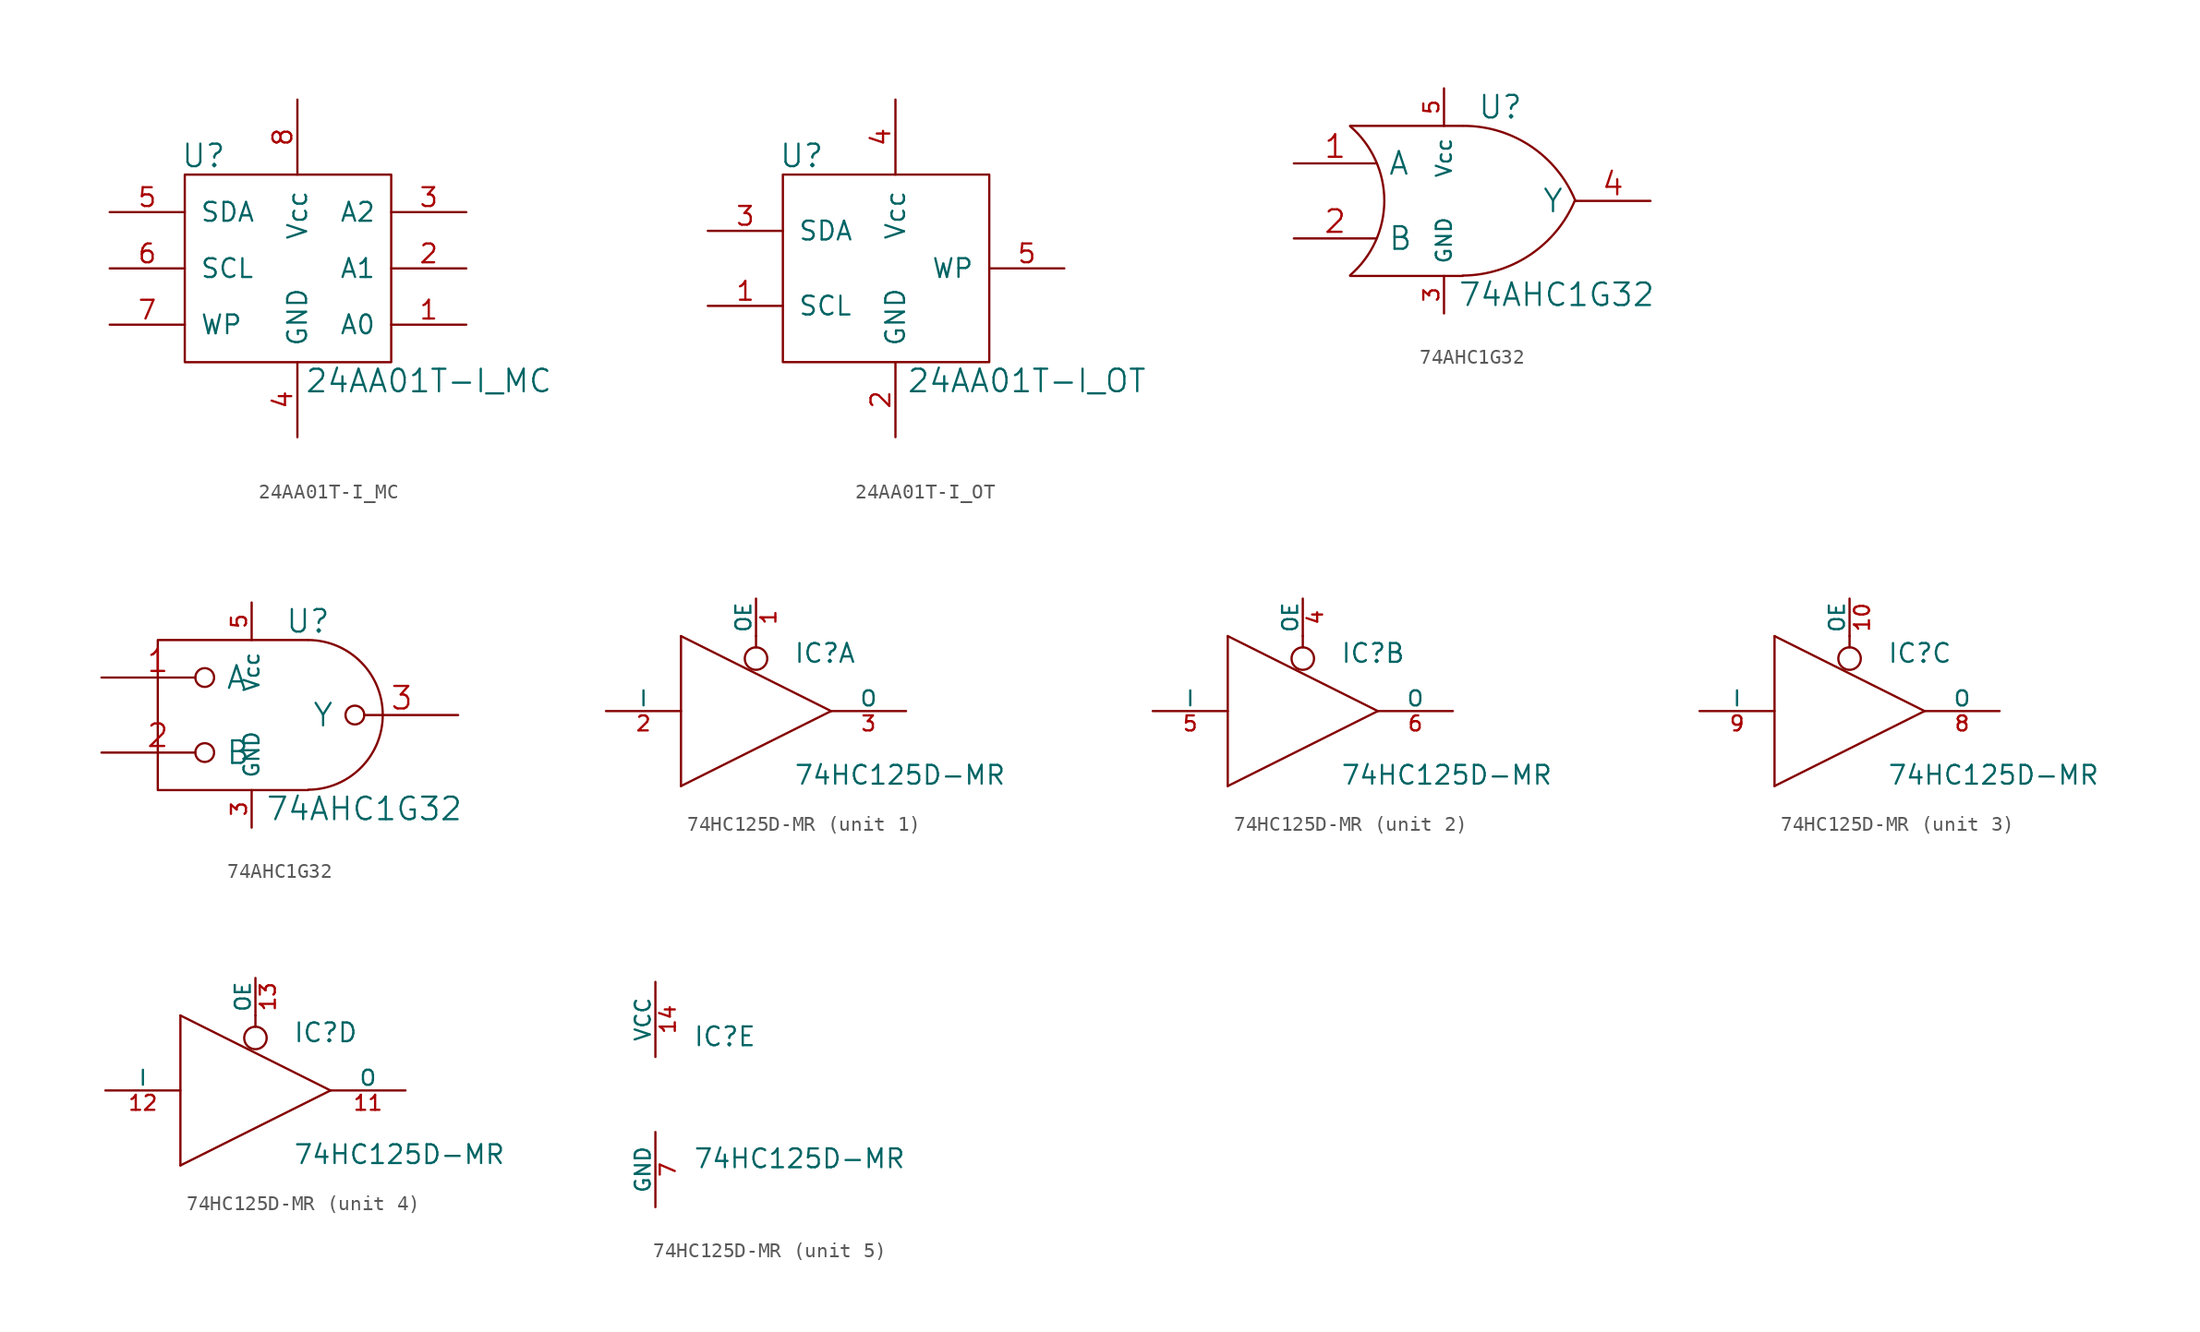
<source format=kicad_sym>
(kicad_symbol_lib
  (version 20211014)
  (generator kicad_symbol_editor)
  (symbol "24AA01T-I_MC"
    (pin_names
      (offset 1.016))
    (property "Reference" "U"
      (at -6.35 7.62 0)
      (effects (font (size 1.524 1.524))))
    (property "Value" "24AA01T-I_MC"
      (at 8.89 -7.62 0)
      (effects (font (size 1.524 1.524))))
    (property "Footprint" ""
      (at 0 0 0)
      (effects (font (size 1.524 1.524))))
    (property "Datasheet" ""
      (at 0 0 0)
      (effects (font (size 1.524 1.524))))
    (symbol "24AA01T-I_MC_0_1"
      (rectangle (start 6.35 6.35) (end -7.62 -6.35) (stroke (width 0) (type default) (color 0 0 0 0)) (fill (type none))))
    (symbol "24AA01T-I_MC_1_1"
      (pin input line (at 11.43 -3.81 180) (length 5.08) (name "A0" (effects (font (size 1.27 1.27)))) (number "1" (effects (font (size 1.27 1.27)))))
      (pin input line (at 11.43 0 180) (length 5.08) (name "A1" (effects (font (size 1.27 1.27)))) (number "2" (effects (font (size 1.27 1.27)))))
      (pin bidirectional line (at 11.43 3.81 180) (length 5.08) (name "A2" (effects (font (size 1.27 1.27)))) (number "3" (effects (font (size 1.27 1.27)))))
      (pin power_in line (at 0 -11.43 90) (length 5.08) (name "GND" (effects (font (size 1.27 1.27)))) (number "4" (effects (font (size 1.27 1.27)))))
      (pin bidirectional line (at -12.7 3.81 0) (length 5.08) (name "SDA" (effects (font (size 1.27 1.27)))) (number "5" (effects (font (size 1.27 1.27)))))
      (pin input line (at -12.7 0 0) (length 5.08) (name "SCL" (effects (font (size 1.27 1.27)))) (number "6" (effects (font (size 1.27 1.27)))))
      (pin input line (at -12.7 -3.81 0) (length 5.08) (name "WP" (effects (font (size 1.27 1.27)))) (number "7" (effects (font (size 1.27 1.27)))))
      (pin power_in line (at 0 11.43 270) (length 5.08) (name "Vcc" (effects (font (size 1.27 1.27)))) (number "8" (effects (font (size 1.27 1.27)))))))
  (symbol "24AA01T-I_OT"
    (pin_names
      (offset 1.016))
    (property "Reference" "U"
      (at -6.35 7.62 0)
      (effects (font (size 1.524 1.524))))
    (property "Value" "24AA01T-I_OT"
      (at 8.89 -7.62 0)
      (effects (font (size 1.524 1.524))))
    (property "Footprint" ""
      (at 0 0 0)
      (effects (font (size 1.524 1.524))))
    (property "Datasheet" ""
      (at 0 0 0)
      (effects (font (size 1.524 1.524))))
    (symbol "24AA01T-I_OT_0_1"
      (rectangle (start 6.35 6.35) (end -7.62 -6.35) (stroke (width 0) (type default) (color 0 0 0 0)) (fill (type none))))
    (symbol "24AA01T-I_OT_1_1"
      (pin input line (at -12.7 -2.54 0) (length 5.08) (name "SCL" (effects (font (size 1.27 1.27)))) (number "1" (effects (font (size 1.27 1.27)))))
      (pin power_in line (at 0 -11.43 90) (length 5.08) (name "GND" (effects (font (size 1.27 1.27)))) (number "2" (effects (font (size 1.27 1.27)))))
      (pin bidirectional line (at -12.7 2.54 0) (length 5.08) (name "SDA" (effects (font (size 1.27 1.27)))) (number "3" (effects (font (size 1.27 1.27)))))
      (pin power_in line (at 0 11.43 270) (length 5.08) (name "Vcc" (effects (font (size 1.27 1.27)))) (number "4" (effects (font (size 1.27 1.27)))))
      (pin input line (at 11.43 0 180) (length 5.08) (name "WP" (effects (font (size 1.27 1.27)))) (number "5" (effects (font (size 1.27 1.27)))))))
  (symbol "74AHC1G32"
    (pin_names
      (offset 0.762))
    (property "Reference" "U"
      (at 2.54 6.35 0)
      (effects (font (size 1.524 1.524))))
    (property "Value" "74AHC1G32"
      (at 6.35 -6.35 0)
      (effects (font (size 1.524 1.524))))
    (property "Footprint" ""
      (at 0 0 0)
      (effects (font (size 1.524 1.524))))
    (property "Datasheet" ""
      (at 0 0 0)
      (effects (font (size 1.524 1.524))))
    (symbol "74AHC1G32_0_0"
      (pin power_in line (at -1.27 -7.62 90) (length 2.54) (name "GND" (effects (font (size 1.016 1.016)))) (number "3" (effects (font (size 1.016 1.016))))))
    (symbol "74AHC1G32_0_1"
      (arc (start -7.62 -5.0292) (mid -5.3094 0.0127) (end -7.62 5.0546) (stroke (width 0) (type default) (color 0 0 0 0)) (fill (type none)))
      (arc (start 0 -5.0546) (mid 4.5649 -3.6437) (end 7.5946 0.0508) (stroke (width 0) (type default) (color 0 0 0 0)) (fill (type none)))
      (polyline (pts (xy -7.62 -5.08) (xy 0 -5.08)) (stroke (width 0) (type default) (color 0 0 0 0)) (fill (type none)))
      (polyline (pts (xy -7.62 5.08) (xy 0 5.08)) (stroke (width 0) (type default) (color 0 0 0 0)) (fill (type none)))
      (arc (start 7.62 0) (mid 4.6112 3.6959) (end 0.0508 5.08) (stroke (width 0) (type default) (color 0 0 0 0)) (fill (type none))))
    (symbol "74AHC1G32_0_2"
      (polyline (pts (xy 2.54 5.08) (xy -7.62 5.08) (xy -7.62 -5.08) (xy 2.54 -5.08)) (stroke (width 0) (type default) (color 0 0 0 0)) (fill (type none)))
      (arc (start 2.5654 -5.0546) (mid 7.5947 0.0127) (end 2.5654 5.08) (stroke (width 0) (type default) (color 0 0 0 0)) (fill (type none))))
    (symbol "74AHC1G32_1_0"
      (pin power_in line (at -1.27 7.62 270) (length 2.54) (name "Vcc" (effects (font (size 1.016 1.016)))) (number "5" (effects (font (size 1.016 1.016))))))
    (symbol "74AHC1G32_1_1"
      (pin input line (at -11.43 2.54 0) (length 5.588) (name "A" (effects (font (size 1.524 1.524)))) (number "1" (effects (font (size 1.524 1.524)))))
      (pin input line (at -11.43 -2.54 0) (length 5.588) (name "B" (effects (font (size 1.524 1.524)))) (number "2" (effects (font (size 1.524 1.524)))))
      (pin output line (at 12.7 0 180) (length 5.08) (name "Y" (effects (font (size 1.524 1.524)))) (number "4" (effects (font (size 1.524 1.524))))))
    (symbol "74AHC1G32_1_2"
      (pin input inverted (at -11.43 2.54 0) (length 7.62) (name "A" (effects (font (size 1.524 1.524)))) (number "1" (effects (font (size 1.524 1.524)))))
      (pin input inverted (at -11.43 -2.54 0) (length 7.62) (name "B" (effects (font (size 1.524 1.524)))) (number "2" (effects (font (size 1.524 1.524)))))
      (pin output inverted (at 12.7 0 180) (length 7.62) (name "Y" (effects (font (size 1.524 1.524)))) (number "3" (effects (font (size 1.524 1.524)))))))
  (symbol "74HC125D-MR"
    (pin_names
      (offset 0))
    (property "Reference" "IC"
      (at 2.54 3.175 0)
      (effects (font (size 1.27 1.27)) (justify left bottom)))
    (property "Value" "74HC125D-MR"
      (at 2.54 -5.08 0)
      (effects (font (size 1.27 1.27)) (justify left bottom)))
    (property "Datasheet" ""
      (at 0 0 0)
      (effects (font (size 1.524 1.524))))
    (property "ki_locked" ""
      (at 0 0 0)
      (effects (font (size 1.27 1.27))))
    (symbol "74HC125D-MR_1_0"
      (polyline (pts (xy -5.08 -5.08) (xy -5.08 5.08)) (stroke (width 0) (type default) (color 0 0 0 0)) (fill (type none)))
      (polyline (pts (xy 0 4.318) (xy 0 5.08)) (stroke (width 0) (type default) (color 0 0 0 0)) (fill (type none)))
      (polyline (pts (xy 5.08 0) (xy -5.08 -5.08)) (stroke (width 0) (type default) (color 0 0 0 0)) (fill (type none)))
      (polyline (pts (xy 5.08 0) (xy -5.08 5.08)) (stroke (width 0) (type default) (color 0 0 0 0)) (fill (type none))))
    (symbol "74HC125D-MR_1_1"
      (circle (center 0 3.556) (radius 0.762) (stroke (width 0) (type default) (color 0 0 0 0)) (fill (type none)))
      (pin input line (at 0 7.62 270) (length 2.54) (name "OE" (effects (font (size 1.016 1.016)))) (number "1" (effects (font (size 1.016 1.016)))))
      (pin input line (at -10.16 0 0) (length 5.08) (name "I" (effects (font (size 1.016 1.016)))) (number "2" (effects (font (size 1.016 1.016)))))
      (pin tri_state line (at 10.16 0 180) (length 5.08) (name "O" (effects (font (size 1.016 1.016)))) (number "3" (effects (font (size 1.016 1.016))))))
    (symbol "74HC125D-MR_2_0"
      (polyline (pts (xy -5.08 -5.08) (xy -5.08 5.08)) (stroke (width 0) (type default) (color 0 0 0 0)) (fill (type none)))
      (polyline (pts (xy 0 4.318) (xy 0 5.08)) (stroke (width 0) (type default) (color 0 0 0 0)) (fill (type none)))
      (polyline (pts (xy 5.08 0) (xy -5.08 -5.08)) (stroke (width 0) (type default) (color 0 0 0 0)) (fill (type none)))
      (polyline (pts (xy 5.08 0) (xy -5.08 5.08)) (stroke (width 0) (type default) (color 0 0 0 0)) (fill (type none))))
    (symbol "74HC125D-MR_2_1"
      (circle (center 0 3.556) (radius 0.762) (stroke (width 0) (type default) (color 0 0 0 0)) (fill (type none)))
      (pin input line (at 0 7.62 270) (length 2.54) (name "OE" (effects (font (size 1.016 1.016)))) (number "4" (effects (font (size 1.016 1.016)))))
      (pin input line (at -10.16 0 0) (length 5.08) (name "I" (effects (font (size 1.016 1.016)))) (number "5" (effects (font (size 1.016 1.016)))))
      (pin tri_state line (at 10.16 0 180) (length 5.08) (name "O" (effects (font (size 1.016 1.016)))) (number "6" (effects (font (size 1.016 1.016))))))
    (symbol "74HC125D-MR_3_0"
      (polyline (pts (xy -5.08 -5.08) (xy -5.08 5.08)) (stroke (width 0) (type default) (color 0 0 0 0)) (fill (type none)))
      (polyline (pts (xy 0 4.318) (xy 0 5.08)) (stroke (width 0) (type default) (color 0 0 0 0)) (fill (type none)))
      (polyline (pts (xy 5.08 0) (xy -5.08 -5.08)) (stroke (width 0) (type default) (color 0 0 0 0)) (fill (type none)))
      (polyline (pts (xy 5.08 0) (xy -5.08 5.08)) (stroke (width 0) (type default) (color 0 0 0 0)) (fill (type none))))
    (symbol "74HC125D-MR_3_1"
      (circle (center 0 3.556) (radius 0.762) (stroke (width 0) (type default) (color 0 0 0 0)) (fill (type none)))
      (pin input line (at 0 7.62 270) (length 2.54) (name "OE" (effects (font (size 1.016 1.016)))) (number "10" (effects (font (size 1.016 1.016)))))
      (pin tri_state line (at 10.16 0 180) (length 5.08) (name "O" (effects (font (size 1.016 1.016)))) (number "8" (effects (font (size 1.016 1.016)))))
      (pin input line (at -10.16 0 0) (length 5.08) (name "I" (effects (font (size 1.016 1.016)))) (number "9" (effects (font (size 1.016 1.016))))))
    (symbol "74HC125D-MR_4_0"
      (polyline (pts (xy -5.08 -5.08) (xy -5.08 5.08)) (stroke (width 0) (type default) (color 0 0 0 0)) (fill (type none)))
      (polyline (pts (xy 0 4.318) (xy 0 5.08)) (stroke (width 0) (type default) (color 0 0 0 0)) (fill (type none)))
      (polyline (pts (xy 5.08 0) (xy -5.08 -5.08)) (stroke (width 0) (type default) (color 0 0 0 0)) (fill (type none)))
      (polyline (pts (xy 5.08 0) (xy -5.08 5.08)) (stroke (width 0) (type default) (color 0 0 0 0)) (fill (type none))))
    (symbol "74HC125D-MR_4_1"
      (circle (center 0 3.556) (radius 0.762) (stroke (width 0) (type default) (color 0 0 0 0)) (fill (type none)))
      (pin tri_state line (at 10.16 0 180) (length 5.08) (name "O" (effects (font (size 1.016 1.016)))) (number "11" (effects (font (size 1.016 1.016)))))
      (pin input line (at -10.16 0 0) (length 5.08) (name "I" (effects (font (size 1.016 1.016)))) (number "12" (effects (font (size 1.016 1.016)))))
      (pin input line (at 0 7.62 270) (length 2.54) (name "OE" (effects (font (size 1.016 1.016)))) (number "13" (effects (font (size 1.016 1.016))))))
    (symbol "74HC125D-MR_5_1"
      (pin power_in line (at 0 7.62 270) (length 5.08) (name "VCC" (effects (font (size 1.016 1.016)))) (number "14" (effects (font (size 1.016 1.016)))))
      (pin power_in line (at 0 -7.62 90) (length 5.08) (name "GND" (effects (font (size 1.016 1.016)))) (number "7" (effects (font (size 1.016 1.016))))))))
</source>
